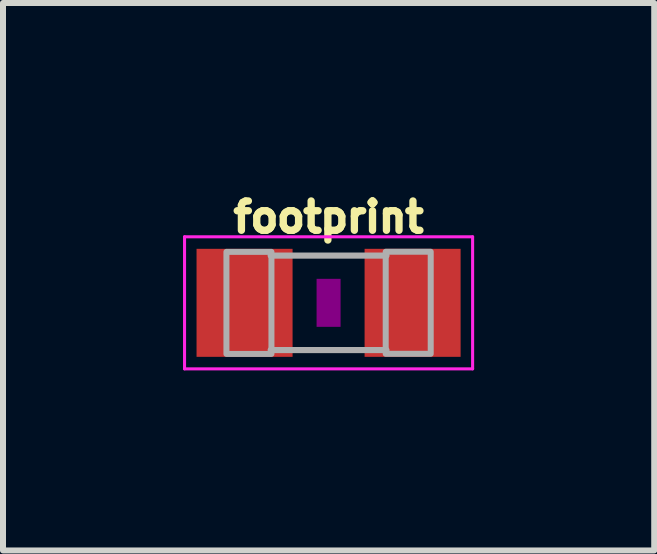
<source format=kicad_pcb>
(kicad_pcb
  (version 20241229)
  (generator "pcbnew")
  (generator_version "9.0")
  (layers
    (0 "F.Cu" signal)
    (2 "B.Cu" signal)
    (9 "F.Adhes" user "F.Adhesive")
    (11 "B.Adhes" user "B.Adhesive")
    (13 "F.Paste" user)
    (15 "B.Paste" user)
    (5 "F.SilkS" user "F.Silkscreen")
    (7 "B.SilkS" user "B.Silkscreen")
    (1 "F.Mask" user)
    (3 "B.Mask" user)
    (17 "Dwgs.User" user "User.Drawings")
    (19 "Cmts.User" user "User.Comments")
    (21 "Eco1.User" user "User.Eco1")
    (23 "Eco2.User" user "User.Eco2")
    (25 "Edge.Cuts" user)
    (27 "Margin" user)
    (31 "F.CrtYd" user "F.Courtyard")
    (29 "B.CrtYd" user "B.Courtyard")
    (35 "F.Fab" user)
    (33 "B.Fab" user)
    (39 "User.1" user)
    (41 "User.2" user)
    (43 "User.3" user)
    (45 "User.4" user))
  (footprint "footprint"
    (layer "F.Cu")
    (at 2.425 1.996)
    (property "Reference" "footprint" (at 0 -1.143 0) (layer "F.SilkS") (effects (font (size 0.488 0.488) (thickness 0.122)) (justify bottom)))
    (fp_poly (pts (xy -0.2 0.4) (xy 0.2 0.4) (xy 0.2 -0.4) (xy -0.2 -0.4)) (stroke (width 0) (type solid)) (fill yes) (layer "F.Adhes"))
    (fp_line (start -2.4 -1.1) (end 2.4 -1.1) (stroke (width 0.051) (type solid)) (layer "F.CrtYd"))
    (fp_line (start -2.4 1.1) (end -2.4 -1.1) (stroke (width 0.051) (type solid)) (layer "F.CrtYd"))
    (fp_line (start 2.4 -1.1) (end 2.4 1.1) (stroke (width 0.051) (type solid)) (layer "F.CrtYd"))
    (fp_line (start 2.4 1.1) (end -2.4 1.1) (stroke (width 0.051) (type solid)) (layer "F.CrtYd"))
    (fp_line (start -0.965 -0.787) (end 0.965 -0.787) (stroke (width 0.102) (type solid)) (layer "F.Fab"))
    (fp_line (start -0.965 0.787) (end 0.965 0.787) (stroke (width 0.102) (type solid)) (layer "F.Fab"))
    (fp_poly (pts (xy -1.702 0.851) (xy -0.952 0.851) (xy -0.952 -0.849) (xy -1.702 -0.849)) (stroke (width 0.1) (type solid)) (fill no) (layer "F.Fab"))
    (fp_poly (pts (xy 0.952 0.849) (xy 1.702 0.849) (xy 1.702 -0.851) (xy 0.952 -0.851)) (stroke (width 0.1) (type solid)) (fill no) (layer "F.Fab"))
    (pad "1" smd rect (at -1.4 0) (size 1.6 1.8) (layers "F.Cu" "F.Mask" "F.Paste"))
    (pad "2" smd rect (at 1.4 0) (size 1.6 1.8) (layers "F.Cu" "F.Mask" "F.Paste")))
  (gr_rect
    (start -3 -3)
    (end 7.851 6.122)
    (stroke (width 0.1) (type default))
    (fill no)
    (layer "Edge.Cuts")))
</source>
